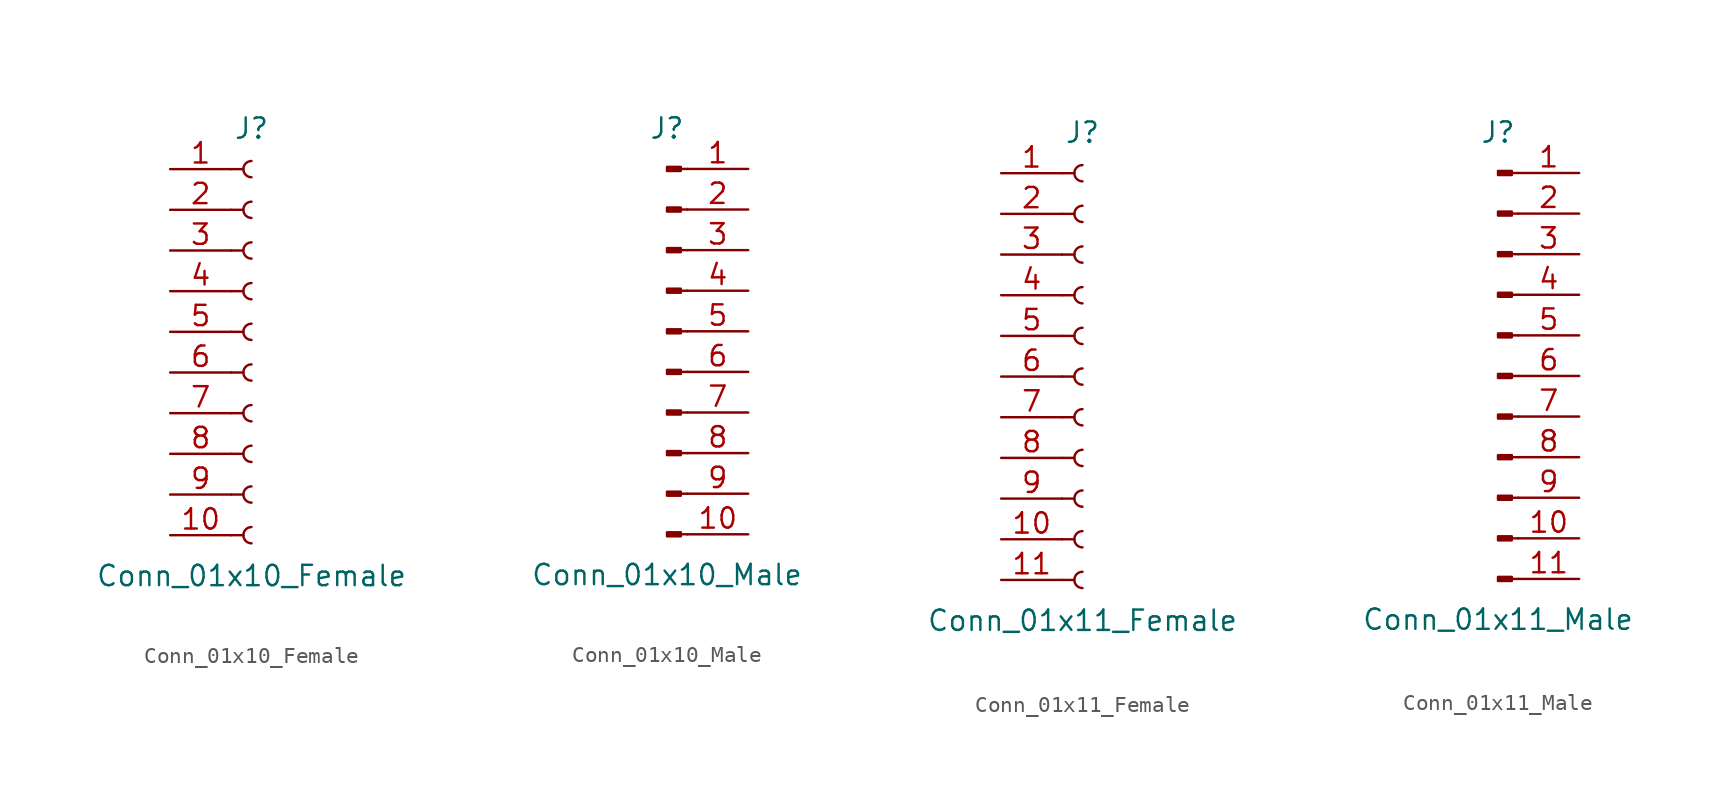
<source format=kicad_sym>
(kicad_symbol_lib
  (version 20220914)
  (generator kicad_symbol_editor)
  (symbol "Conn_01x10_Female"
    (pin_names
      (offset 1.016) hide)
    (property "Reference" "J"
      (at 0 12.7 0)
      (effects (font (size 1.27 1.27))))
    (property "Value" "Conn_01x10_Female"
      (at 0 -15.24 0)
      (effects (font (size 1.27 1.27))))
    (symbol "Conn_01x10_Female_1_1"
      (arc (start 0 -12.192) (mid -0.5058 -12.7) (end 0 -13.208) (stroke (width 0.1524) (type solid)) (fill (type none)))
      (arc (start 0 -9.652) (mid -0.5058 -10.16) (end 0 -10.668) (stroke (width 0.1524) (type solid)) (fill (type none)))
      (arc (start 0 -7.112) (mid -0.5058 -7.62) (end 0 -8.128) (stroke (width 0.1524) (type solid)) (fill (type none)))
      (arc (start 0 -4.572) (mid -0.5058 -5.08) (end 0 -5.588) (stroke (width 0.1524) (type solid)) (fill (type none)))
      (arc (start 0 -2.032) (mid -0.5058 -2.54) (end 0 -3.048) (stroke (width 0.1524) (type solid)) (fill (type none)))
      (polyline (pts (xy -1.27 -12.7) (xy -0.508 -12.7)) (stroke (width 0.152) (type solid)) (fill (type none)))
      (polyline (pts (xy -1.27 -10.16) (xy -0.508 -10.16)) (stroke (width 0.152) (type solid)) (fill (type none)))
      (polyline (pts (xy -1.27 -7.62) (xy -0.508 -7.62)) (stroke (width 0.152) (type solid)) (fill (type none)))
      (polyline (pts (xy -1.27 -5.08) (xy -0.508 -5.08)) (stroke (width 0.152) (type solid)) (fill (type none)))
      (polyline (pts (xy -1.27 -2.54) (xy -0.508 -2.54)) (stroke (width 0.152) (type solid)) (fill (type none)))
      (polyline (pts (xy -1.27 0) (xy -0.508 0)) (stroke (width 0.152) (type solid)) (fill (type none)))
      (polyline (pts (xy -1.27 2.54) (xy -0.508 2.54)) (stroke (width 0.152) (type solid)) (fill (type none)))
      (polyline (pts (xy -1.27 5.08) (xy -0.508 5.08)) (stroke (width 0.152) (type solid)) (fill (type none)))
      (polyline (pts (xy -1.27 7.62) (xy -0.508 7.62)) (stroke (width 0.152) (type solid)) (fill (type none)))
      (polyline (pts (xy -1.27 10.16) (xy -0.508 10.16)) (stroke (width 0.152) (type solid)) (fill (type none)))
      (arc (start 0 0.508) (mid -0.5058 0) (end 0 -0.508) (stroke (width 0.1524) (type solid)) (fill (type none)))
      (arc (start 0 3.048) (mid -0.5058 2.54) (end 0 2.032) (stroke (width 0.1524) (type solid)) (fill (type none)))
      (arc (start 0 5.588) (mid -0.5058 5.08) (end 0 4.572) (stroke (width 0.1524) (type solid)) (fill (type none)))
      (arc (start 0 8.128) (mid -0.5058 7.62) (end 0 7.112) (stroke (width 0.1524) (type solid)) (fill (type none)))
      (arc (start 0 10.668) (mid -0.5058 10.16) (end 0 9.652) (stroke (width 0.1524) (type solid)) (fill (type none)))
      (pin passive line (at -5.08 10.16 0) (length 3.81) (name "Pin_1" (effects (font (size 1.27 1.27)))) (number "1" (effects (font (size 1.27 1.27)))))
      (pin passive line (at -5.08 -12.7 0) (length 3.81) (name "Pin_10" (effects (font (size 1.27 1.27)))) (number "10" (effects (font (size 1.27 1.27)))))
      (pin passive line (at -5.08 7.62 0) (length 3.81) (name "Pin_2" (effects (font (size 1.27 1.27)))) (number "2" (effects (font (size 1.27 1.27)))))
      (pin passive line (at -5.08 5.08 0) (length 3.81) (name "Pin_3" (effects (font (size 1.27 1.27)))) (number "3" (effects (font (size 1.27 1.27)))))
      (pin passive line (at -5.08 2.54 0) (length 3.81) (name "Pin_4" (effects (font (size 1.27 1.27)))) (number "4" (effects (font (size 1.27 1.27)))))
      (pin passive line (at -5.08 0 0) (length 3.81) (name "Pin_5" (effects (font (size 1.27 1.27)))) (number "5" (effects (font (size 1.27 1.27)))))
      (pin passive line (at -5.08 -2.54 0) (length 3.81) (name "Pin_6" (effects (font (size 1.27 1.27)))) (number "6" (effects (font (size 1.27 1.27)))))
      (pin passive line (at -5.08 -5.08 0) (length 3.81) (name "Pin_7" (effects (font (size 1.27 1.27)))) (number "7" (effects (font (size 1.27 1.27)))))
      (pin passive line (at -5.08 -7.62 0) (length 3.81) (name "Pin_8" (effects (font (size 1.27 1.27)))) (number "8" (effects (font (size 1.27 1.27)))))
      (pin passive line (at -5.08 -10.16 0) (length 3.81) (name "Pin_9" (effects (font (size 1.27 1.27)))) (number "9" (effects (font (size 1.27 1.27)))))))
  (symbol "Conn_01x10_Male"
    (pin_names
      (offset 1.016) hide)
    (property "Reference" "J"
      (at 0 12.7 0)
      (effects (font (size 1.27 1.27))))
    (property "Value" "Conn_01x10_Male"
      (at 0 -15.24 0)
      (effects (font (size 1.27 1.27))))
    (symbol "Conn_01x10_Male_1_1"
      (polyline (pts (xy 1.27 -12.7) (xy 0.864 -12.7)) (stroke (width 0.152) (type solid)) (fill (type none)))
      (polyline (pts (xy 1.27 -10.16) (xy 0.864 -10.16)) (stroke (width 0.152) (type solid)) (fill (type none)))
      (polyline (pts (xy 1.27 -7.62) (xy 0.864 -7.62)) (stroke (width 0.152) (type solid)) (fill (type none)))
      (polyline (pts (xy 1.27 -5.08) (xy 0.864 -5.08)) (stroke (width 0.152) (type solid)) (fill (type none)))
      (polyline (pts (xy 1.27 -2.54) (xy 0.864 -2.54)) (stroke (width 0.152) (type solid)) (fill (type none)))
      (polyline (pts (xy 1.27 0) (xy 0.864 0)) (stroke (width 0.152) (type solid)) (fill (type none)))
      (polyline (pts (xy 1.27 2.54) (xy 0.864 2.54)) (stroke (width 0.152) (type solid)) (fill (type none)))
      (polyline (pts (xy 1.27 5.08) (xy 0.864 5.08)) (stroke (width 0.152) (type solid)) (fill (type none)))
      (polyline (pts (xy 1.27 7.62) (xy 0.864 7.62)) (stroke (width 0.152) (type solid)) (fill (type none)))
      (polyline (pts (xy 1.27 10.16) (xy 0.864 10.16)) (stroke (width 0.152) (type solid)) (fill (type none)))
      (rectangle (start 0.864 -12.573) (end 0 -12.827) (stroke (width 0.152) (type solid)) (fill (type outline)))
      (rectangle (start 0.864 -10.033) (end 0 -10.287) (stroke (width 0.152) (type solid)) (fill (type outline)))
      (rectangle (start 0.864 -7.493) (end 0 -7.747) (stroke (width 0.152) (type solid)) (fill (type outline)))
      (rectangle (start 0.864 -4.953) (end 0 -5.207) (stroke (width 0.152) (type solid)) (fill (type outline)))
      (rectangle (start 0.864 -2.413) (end 0 -2.667) (stroke (width 0.152) (type solid)) (fill (type outline)))
      (rectangle (start 0.864 0.127) (end 0 -0.127) (stroke (width 0.152) (type solid)) (fill (type outline)))
      (rectangle (start 0.864 2.667) (end 0 2.413) (stroke (width 0.152) (type solid)) (fill (type outline)))
      (rectangle (start 0.864 5.207) (end 0 4.953) (stroke (width 0.152) (type solid)) (fill (type outline)))
      (rectangle (start 0.864 7.747) (end 0 7.493) (stroke (width 0.152) (type solid)) (fill (type outline)))
      (rectangle (start 0.864 10.287) (end 0 10.033) (stroke (width 0.152) (type solid)) (fill (type outline)))
      (pin passive line (at 5.08 10.16 180) (length 3.81) (name "Pin_1" (effects (font (size 1.27 1.27)))) (number "1" (effects (font (size 1.27 1.27)))))
      (pin passive line (at 5.08 -12.7 180) (length 3.81) (name "Pin_10" (effects (font (size 1.27 1.27)))) (number "10" (effects (font (size 1.27 1.27)))))
      (pin passive line (at 5.08 7.62 180) (length 3.81) (name "Pin_2" (effects (font (size 1.27 1.27)))) (number "2" (effects (font (size 1.27 1.27)))))
      (pin passive line (at 5.08 5.08 180) (length 3.81) (name "Pin_3" (effects (font (size 1.27 1.27)))) (number "3" (effects (font (size 1.27 1.27)))))
      (pin passive line (at 5.08 2.54 180) (length 3.81) (name "Pin_4" (effects (font (size 1.27 1.27)))) (number "4" (effects (font (size 1.27 1.27)))))
      (pin passive line (at 5.08 0 180) (length 3.81) (name "Pin_5" (effects (font (size 1.27 1.27)))) (number "5" (effects (font (size 1.27 1.27)))))
      (pin passive line (at 5.08 -2.54 180) (length 3.81) (name "Pin_6" (effects (font (size 1.27 1.27)))) (number "6" (effects (font (size 1.27 1.27)))))
      (pin passive line (at 5.08 -5.08 180) (length 3.81) (name "Pin_7" (effects (font (size 1.27 1.27)))) (number "7" (effects (font (size 1.27 1.27)))))
      (pin passive line (at 5.08 -7.62 180) (length 3.81) (name "Pin_8" (effects (font (size 1.27 1.27)))) (number "8" (effects (font (size 1.27 1.27)))))
      (pin passive line (at 5.08 -10.16 180) (length 3.81) (name "Pin_9" (effects (font (size 1.27 1.27)))) (number "9" (effects (font (size 1.27 1.27)))))))
  (symbol "Conn_01x11_Female"
    (pin_names
      (offset 1.016) hide)
    (property "Reference" "J"
      (at 0 15.24 0)
      (effects (font (size 1.27 1.27))))
    (property "Value" "Conn_01x11_Female"
      (at 0 -15.24 0)
      (effects (font (size 1.27 1.27))))
    (symbol "Conn_01x11_Female_1_1"
      (arc (start 0 -12.192) (mid -0.5058 -12.7) (end 0 -13.208) (stroke (width 0.1524) (type solid)) (fill (type none)))
      (arc (start 0 -9.652) (mid -0.5058 -10.16) (end 0 -10.668) (stroke (width 0.1524) (type solid)) (fill (type none)))
      (arc (start 0 -7.112) (mid -0.5058 -7.62) (end 0 -8.128) (stroke (width 0.1524) (type solid)) (fill (type none)))
      (arc (start 0 -4.572) (mid -0.5058 -5.08) (end 0 -5.588) (stroke (width 0.1524) (type solid)) (fill (type none)))
      (arc (start 0 -2.032) (mid -0.5058 -2.54) (end 0 -3.048) (stroke (width 0.1524) (type solid)) (fill (type none)))
      (polyline (pts (xy -1.27 -12.7) (xy -0.508 -12.7)) (stroke (width 0.152) (type solid)) (fill (type none)))
      (polyline (pts (xy -1.27 -10.16) (xy -0.508 -10.16)) (stroke (width 0.152) (type solid)) (fill (type none)))
      (polyline (pts (xy -1.27 -7.62) (xy -0.508 -7.62)) (stroke (width 0.152) (type solid)) (fill (type none)))
      (polyline (pts (xy -1.27 -5.08) (xy -0.508 -5.08)) (stroke (width 0.152) (type solid)) (fill (type none)))
      (polyline (pts (xy -1.27 -2.54) (xy -0.508 -2.54)) (stroke (width 0.152) (type solid)) (fill (type none)))
      (polyline (pts (xy -1.27 0) (xy -0.508 0)) (stroke (width 0.152) (type solid)) (fill (type none)))
      (polyline (pts (xy -1.27 2.54) (xy -0.508 2.54)) (stroke (width 0.152) (type solid)) (fill (type none)))
      (polyline (pts (xy -1.27 5.08) (xy -0.508 5.08)) (stroke (width 0.152) (type solid)) (fill (type none)))
      (polyline (pts (xy -1.27 7.62) (xy -0.508 7.62)) (stroke (width 0.152) (type solid)) (fill (type none)))
      (polyline (pts (xy -1.27 10.16) (xy -0.508 10.16)) (stroke (width 0.152) (type solid)) (fill (type none)))
      (polyline (pts (xy -1.27 12.7) (xy -0.508 12.7)) (stroke (width 0.152) (type solid)) (fill (type none)))
      (arc (start 0 0.508) (mid -0.5058 0) (end 0 -0.508) (stroke (width 0.1524) (type solid)) (fill (type none)))
      (arc (start 0 3.048) (mid -0.5058 2.54) (end 0 2.032) (stroke (width 0.1524) (type solid)) (fill (type none)))
      (arc (start 0 5.588) (mid -0.5058 5.08) (end 0 4.572) (stroke (width 0.1524) (type solid)) (fill (type none)))
      (arc (start 0 8.128) (mid -0.5058 7.62) (end 0 7.112) (stroke (width 0.1524) (type solid)) (fill (type none)))
      (arc (start 0 10.668) (mid -0.5058 10.16) (end 0 9.652) (stroke (width 0.1524) (type solid)) (fill (type none)))
      (arc (start 0 13.208) (mid -0.5058 12.7) (end 0 12.192) (stroke (width 0.1524) (type solid)) (fill (type none)))
      (pin passive line (at -5.08 12.7 0) (length 3.81) (name "Pin_1" (effects (font (size 1.27 1.27)))) (number "1" (effects (font (size 1.27 1.27)))))
      (pin passive line (at -5.08 -10.16 0) (length 3.81) (name "Pin_10" (effects (font (size 1.27 1.27)))) (number "10" (effects (font (size 1.27 1.27)))))
      (pin passive line (at -5.08 -12.7 0) (length 3.81) (name "Pin_11" (effects (font (size 1.27 1.27)))) (number "11" (effects (font (size 1.27 1.27)))))
      (pin passive line (at -5.08 10.16 0) (length 3.81) (name "Pin_2" (effects (font (size 1.27 1.27)))) (number "2" (effects (font (size 1.27 1.27)))))
      (pin passive line (at -5.08 7.62 0) (length 3.81) (name "Pin_3" (effects (font (size 1.27 1.27)))) (number "3" (effects (font (size 1.27 1.27)))))
      (pin passive line (at -5.08 5.08 0) (length 3.81) (name "Pin_4" (effects (font (size 1.27 1.27)))) (number "4" (effects (font (size 1.27 1.27)))))
      (pin passive line (at -5.08 2.54 0) (length 3.81) (name "Pin_5" (effects (font (size 1.27 1.27)))) (number "5" (effects (font (size 1.27 1.27)))))
      (pin passive line (at -5.08 0 0) (length 3.81) (name "Pin_6" (effects (font (size 1.27 1.27)))) (number "6" (effects (font (size 1.27 1.27)))))
      (pin passive line (at -5.08 -2.54 0) (length 3.81) (name "Pin_7" (effects (font (size 1.27 1.27)))) (number "7" (effects (font (size 1.27 1.27)))))
      (pin passive line (at -5.08 -5.08 0) (length 3.81) (name "Pin_8" (effects (font (size 1.27 1.27)))) (number "8" (effects (font (size 1.27 1.27)))))
      (pin passive line (at -5.08 -7.62 0) (length 3.81) (name "Pin_9" (effects (font (size 1.27 1.27)))) (number "9" (effects (font (size 1.27 1.27)))))))
  (symbol "Conn_01x11_Male"
    (pin_names
      (offset 1.016) hide)
    (property "Reference" "J"
      (at 0 15.24 0)
      (effects (font (size 1.27 1.27))))
    (property "Value" "Conn_01x11_Male"
      (at 0 -15.24 0)
      (effects (font (size 1.27 1.27))))
    (symbol "Conn_01x11_Male_1_1"
      (polyline (pts (xy 1.27 -12.7) (xy 0.864 -12.7)) (stroke (width 0.152) (type solid)) (fill (type none)))
      (polyline (pts (xy 1.27 -10.16) (xy 0.864 -10.16)) (stroke (width 0.152) (type solid)) (fill (type none)))
      (polyline (pts (xy 1.27 -7.62) (xy 0.864 -7.62)) (stroke (width 0.152) (type solid)) (fill (type none)))
      (polyline (pts (xy 1.27 -5.08) (xy 0.864 -5.08)) (stroke (width 0.152) (type solid)) (fill (type none)))
      (polyline (pts (xy 1.27 -2.54) (xy 0.864 -2.54)) (stroke (width 0.152) (type solid)) (fill (type none)))
      (polyline (pts (xy 1.27 0) (xy 0.864 0)) (stroke (width 0.152) (type solid)) (fill (type none)))
      (polyline (pts (xy 1.27 2.54) (xy 0.864 2.54)) (stroke (width 0.152) (type solid)) (fill (type none)))
      (polyline (pts (xy 1.27 5.08) (xy 0.864 5.08)) (stroke (width 0.152) (type solid)) (fill (type none)))
      (polyline (pts (xy 1.27 7.62) (xy 0.864 7.62)) (stroke (width 0.152) (type solid)) (fill (type none)))
      (polyline (pts (xy 1.27 10.16) (xy 0.864 10.16)) (stroke (width 0.152) (type solid)) (fill (type none)))
      (polyline (pts (xy 1.27 12.7) (xy 0.864 12.7)) (stroke (width 0.152) (type solid)) (fill (type none)))
      (rectangle (start 0.864 -12.573) (end 0 -12.827) (stroke (width 0.152) (type solid)) (fill (type outline)))
      (rectangle (start 0.864 -10.033) (end 0 -10.287) (stroke (width 0.152) (type solid)) (fill (type outline)))
      (rectangle (start 0.864 -7.493) (end 0 -7.747) (stroke (width 0.152) (type solid)) (fill (type outline)))
      (rectangle (start 0.864 -4.953) (end 0 -5.207) (stroke (width 0.152) (type solid)) (fill (type outline)))
      (rectangle (start 0.864 -2.413) (end 0 -2.667) (stroke (width 0.152) (type solid)) (fill (type outline)))
      (rectangle (start 0.864 0.127) (end 0 -0.127) (stroke (width 0.152) (type solid)) (fill (type outline)))
      (rectangle (start 0.864 2.667) (end 0 2.413) (stroke (width 0.152) (type solid)) (fill (type outline)))
      (rectangle (start 0.864 5.207) (end 0 4.953) (stroke (width 0.152) (type solid)) (fill (type outline)))
      (rectangle (start 0.864 7.747) (end 0 7.493) (stroke (width 0.152) (type solid)) (fill (type outline)))
      (rectangle (start 0.864 10.287) (end 0 10.033) (stroke (width 0.152) (type solid)) (fill (type outline)))
      (rectangle (start 0.864 12.827) (end 0 12.573) (stroke (width 0.152) (type solid)) (fill (type outline)))
      (pin passive line (at 5.08 12.7 180) (length 3.81) (name "Pin_1" (effects (font (size 1.27 1.27)))) (number "1" (effects (font (size 1.27 1.27)))))
      (pin passive line (at 5.08 -10.16 180) (length 3.81) (name "Pin_10" (effects (font (size 1.27 1.27)))) (number "10" (effects (font (size 1.27 1.27)))))
      (pin passive line (at 5.08 -12.7 180) (length 3.81) (name "Pin_11" (effects (font (size 1.27 1.27)))) (number "11" (effects (font (size 1.27 1.27)))))
      (pin passive line (at 5.08 10.16 180) (length 3.81) (name "Pin_2" (effects (font (size 1.27 1.27)))) (number "2" (effects (font (size 1.27 1.27)))))
      (pin passive line (at 5.08 7.62 180) (length 3.81) (name "Pin_3" (effects (font (size 1.27 1.27)))) (number "3" (effects (font (size 1.27 1.27)))))
      (pin passive line (at 5.08 5.08 180) (length 3.81) (name "Pin_4" (effects (font (size 1.27 1.27)))) (number "4" (effects (font (size 1.27 1.27)))))
      (pin passive line (at 5.08 2.54 180) (length 3.81) (name "Pin_5" (effects (font (size 1.27 1.27)))) (number "5" (effects (font (size 1.27 1.27)))))
      (pin passive line (at 5.08 0 180) (length 3.81) (name "Pin_6" (effects (font (size 1.27 1.27)))) (number "6" (effects (font (size 1.27 1.27)))))
      (pin passive line (at 5.08 -2.54 180) (length 3.81) (name "Pin_7" (effects (font (size 1.27 1.27)))) (number "7" (effects (font (size 1.27 1.27)))))
      (pin passive line (at 5.08 -5.08 180) (length 3.81) (name "Pin_8" (effects (font (size 1.27 1.27)))) (number "8" (effects (font (size 1.27 1.27)))))
      (pin passive line (at 5.08 -7.62 180) (length 3.81) (name "Pin_9" (effects (font (size 1.27 1.27)))) (number "9" (effects (font (size 1.27 1.27))))))))
</source>
